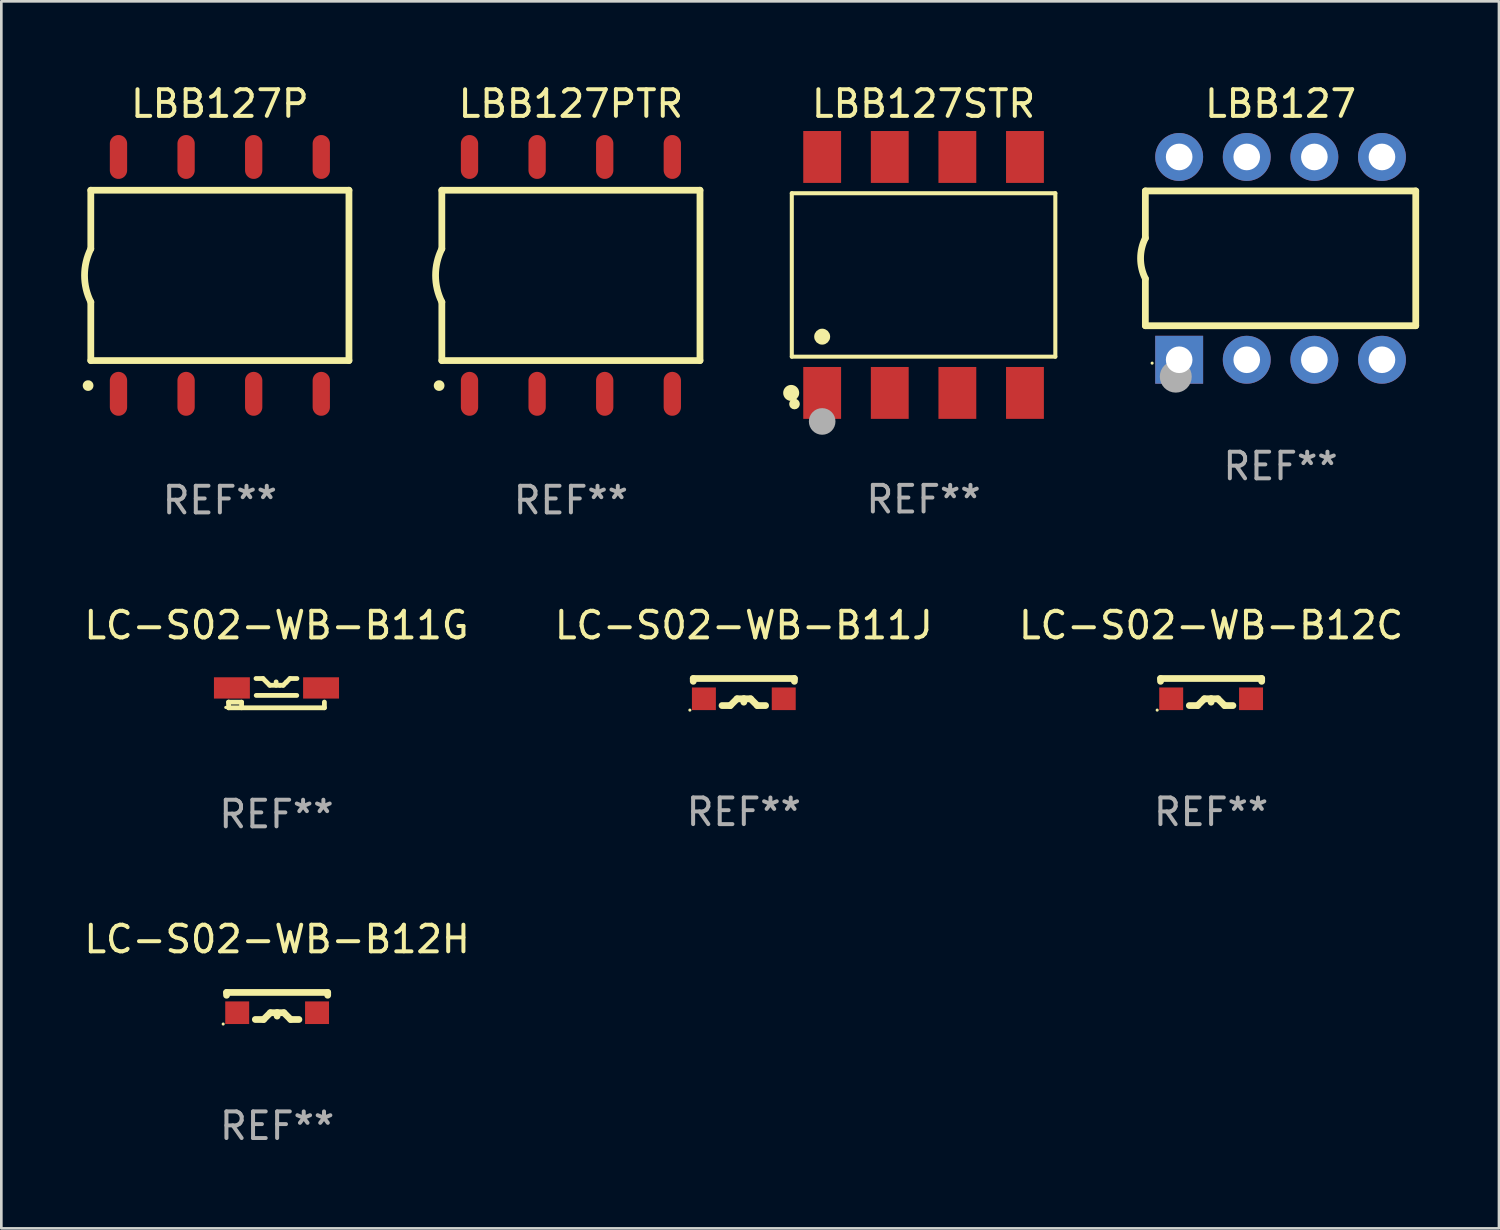
<source format=kicad_pcb>
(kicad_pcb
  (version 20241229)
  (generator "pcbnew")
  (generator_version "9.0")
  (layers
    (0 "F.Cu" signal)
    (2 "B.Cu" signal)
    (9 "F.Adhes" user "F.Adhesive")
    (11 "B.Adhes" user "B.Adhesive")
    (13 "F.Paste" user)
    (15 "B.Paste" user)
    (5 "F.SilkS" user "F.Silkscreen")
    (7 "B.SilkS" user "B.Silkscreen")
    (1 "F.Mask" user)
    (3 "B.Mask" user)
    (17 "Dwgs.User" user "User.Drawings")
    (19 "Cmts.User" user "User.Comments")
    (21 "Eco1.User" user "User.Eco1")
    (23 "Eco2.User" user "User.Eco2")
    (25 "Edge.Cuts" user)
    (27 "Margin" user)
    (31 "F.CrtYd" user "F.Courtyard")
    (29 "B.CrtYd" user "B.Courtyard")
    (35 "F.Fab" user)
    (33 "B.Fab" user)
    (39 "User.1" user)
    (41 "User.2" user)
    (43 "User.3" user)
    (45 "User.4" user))
  (footprint "LBB127PTR"
    (layer "F.Cu")
    (at 18.402 7.298)
    (property "Reference" "LBB127PTR" (at 0 -6.45 0) (layer "F.SilkS") (effects (font (size 1 1) (thickness 0.15))))
    (attr through_hole)
    (fp_line (start -4.85 -3.2) (end -4.85 -1) (stroke (width 0.254) (type solid)) (layer "F.SilkS"))
    (fp_line (start -4.85 -3.2) (end 4.85 -3.2) (stroke (width 0.254) (type solid)) (layer "F.SilkS"))
    (fp_line (start -4.85 3.2) (end -4.85 1) (stroke (width 0.254) (type solid)) (layer "F.SilkS"))
    (fp_line (start 4.85 -3.2) (end 4.85 3.2) (stroke (width 0.254) (type solid)) (layer "F.SilkS"))
    (fp_line (start 4.85 3.2) (end -4.85 3.2) (stroke (width 0.254) (type solid)) (layer "F.SilkS"))
    (fp_arc (start -4.95301 4.140208) (mid -4.95174 4.140204) (end -4.95047 4.140208) (stroke (width 0.4) (type solid)) (layer "F.SilkS"))
    (fp_arc (start -4.84887 1.000762) (mid -5.085418 0.000516) (end -4.850013 -1) (stroke (width 0.254001) (type solid)) (layer "F.SilkS"))
    (fp_text user "REF**" (at 0 8.45 0) (layer "F.Fab") (effects (font (size 1 1) (thickness 0.15))))
    (pad "1" smd oval (at -3.81 4.45) (size 0.65 1.65) (layers "F.Cu" "F.Mask" "F.Paste"))
    (pad "2" smd oval (at -1.27 4.45) (size 0.65 1.65) (layers "F.Cu" "F.Mask" "F.Paste"))
    (pad "3" smd oval (at 1.27 4.45) (size 0.65 1.65) (layers "F.Cu" "F.Mask" "F.Paste"))
    (pad "4" smd oval (at 3.81 4.45) (size 0.65 1.65) (layers "F.Cu" "F.Mask" "F.Paste"))
    (pad "5" smd oval (at 3.81 -4.45 180) (size 0.65 1.65) (layers "F.Cu" "F.Mask" "F.Paste"))
    (pad "6" smd oval (at 1.27 -4.45 180) (size 0.65 1.65) (layers "F.Cu" "F.Mask" "F.Paste"))
    (pad "7" smd oval (at -1.27 -4.45 180) (size 0.65 1.65) (layers "F.Cu" "F.Mask" "F.Paste"))
    (pad "8" smd oval (at -3.81 -4.45 180) (size 0.65 1.65) (layers "F.Cu" "F.Mask" "F.Paste")))
  (footprint "LC-S02-WB-B11J"
    (layer "F.Cu")
    (at 24.899 22.953)
    (property "Reference" "LC-S02-WB-B11J" (at 0 -2.508 0) (layer "F.SilkS") (effects (font (size 1 1) (thickness 0.15))))
    (attr through_hole)
    (fp_line (start -1.9 -0.508) (end -1.9 -0.402) (stroke (width 0.254) (type solid)) (layer "F.SilkS"))
    (fp_line (start -1.9 -0.508) (end 1.9 -0.508) (stroke (width 0.254) (type solid)) (layer "F.SilkS"))
    (fp_line (start -0.819 0.508) (end -0.508 0.508) (stroke (width 0.254) (type solid)) (layer "F.SilkS"))
    (fp_line (start -0.508 0.508) (end -0.254 0.254) (stroke (width 0.254) (type solid)) (layer "F.SilkS"))
    (fp_line (start -0.254 0.254) (end 0.254 0.254) (stroke (width 0.254) (type solid)) (layer "F.SilkS"))
    (fp_line (start 0 0.255) (end 0 0.381) (stroke (width 0.254) (type solid)) (layer "F.SilkS"))
    (fp_line (start 0.001 0.254) (end 0 0.255) (stroke (width 0.254) (type solid)) (layer "F.SilkS"))
    (fp_line (start 0.254 0.254) (end 0.508 0.508) (stroke (width 0.254) (type solid)) (layer "F.SilkS"))
    (fp_line (start 0.508 0.508) (end 0.819 0.508) (stroke (width 0.254) (type solid)) (layer "F.SilkS"))
    (fp_line (start 1.9 -0.508) (end 1.9 -0.402) (stroke (width 0.254) (type solid)) (layer "F.SilkS"))
    (fp_circle (center -2.027 0.679) (end -1.997 0.679) (stroke (width 0.06) (type solid)) (fill no) (layer "F.SilkS"))
    (fp_text user "REF**" (at 0 4.508 0) (layer "F.Fab") (effects (font (size 1 1) (thickness 0.15))))
    (pad "1" smd rect (at -1.5 0.254 180) (size 0.9 0.85) (layers "F.Cu" "F.Mask" "F.Paste"))
    (pad "2" smd rect (at 1.5 0.254) (size 0.9 0.85) (layers "F.Cu" "F.Mask" "F.Paste")))
  (footprint "LC-S02-WB-B12H"
    (layer "F.Cu")
    (at 7.363 34.749)
    (property "Reference" "LC-S02-WB-B12H" (at 0 -2.508 0) (layer "F.SilkS") (effects (font (size 1 1) (thickness 0.15))))
    (attr through_hole)
    (fp_line (start -1.9 -0.508) (end -1.9 -0.402) (stroke (width 0.254) (type solid)) (layer "F.SilkS"))
    (fp_line (start -1.9 -0.508) (end 1.9 -0.508) (stroke (width 0.254) (type solid)) (layer "F.SilkS"))
    (fp_line (start -0.819 0.508) (end -0.508 0.508) (stroke (width 0.254) (type solid)) (layer "F.SilkS"))
    (fp_line (start -0.508 0.508) (end -0.254 0.254) (stroke (width 0.254) (type solid)) (layer "F.SilkS"))
    (fp_line (start -0.254 0.254) (end 0.254 0.254) (stroke (width 0.254) (type solid)) (layer "F.SilkS"))
    (fp_line (start 0 0.255) (end 0 0.381) (stroke (width 0.254) (type solid)) (layer "F.SilkS"))
    (fp_line (start 0.001 0.254) (end 0 0.255) (stroke (width 0.254) (type solid)) (layer "F.SilkS"))
    (fp_line (start 0.254 0.254) (end 0.508 0.508) (stroke (width 0.254) (type solid)) (layer "F.SilkS"))
    (fp_line (start 0.508 0.508) (end 0.819 0.508) (stroke (width 0.254) (type solid)) (layer "F.SilkS"))
    (fp_line (start 1.9 -0.508) (end 1.9 -0.402) (stroke (width 0.254) (type solid)) (layer "F.SilkS"))
    (fp_circle (center -2.027 0.679) (end -1.997 0.679) (stroke (width 0.06) (type solid)) (fill no) (layer "F.SilkS"))
    (fp_text user "REF**" (at 0 4.508 0) (layer "F.Fab") (effects (font (size 1 1) (thickness 0.15))))
    (pad "1" smd rect (at -1.5 0.254 180) (size 0.9 0.85) (layers "F.Cu" "F.Mask" "F.Paste"))
    (pad "2" smd rect (at 1.5 0.254) (size 0.9 0.85) (layers "F.Cu" "F.Mask" "F.Paste")))
  (footprint "LBB127STR"
    (layer "F.Cu")
    (at 31.653 7.281)
    (property "Reference" "LBB127STR" (at 0 -6.433 0) (layer "F.SilkS") (effects (font (size 1 1) (thickness 0.15))))
    (attr through_hole)
    (fp_line (start -4.951 -3.071) (end 4.951 -3.071) (stroke (width 0.152) (type solid)) (layer "F.SilkS"))
    (fp_line (start -4.951 3.071) (end -4.951 -3.071) (stroke (width 0.152) (type solid)) (layer "F.SilkS"))
    (fp_line (start 4.951 -3.071) (end 4.951 3.071) (stroke (width 0.152) (type solid)) (layer "F.SilkS"))
    (fp_line (start 4.951 3.071) (end -4.951 3.071) (stroke (width 0.152) (type solid)) (layer "F.SilkS"))
    (fp_circle (center -4.974 4.433) (end -4.823 4.433) (stroke (width 0.3) (type solid)) (fill no) (layer "F.SilkS"))
    (fp_circle (center -4.85 4.85) (end -4.75 4.85) (stroke (width 0.2) (type solid)) (fill no) (layer "F.SilkS"))
    (fp_circle (center -3.81 2.319) (end -3.66 2.319) (stroke (width 0.3) (type solid)) (fill no) (layer "F.SilkS"))
    (fp_circle (center -3.81 5.505) (end -3.56 5.505) (stroke (width 0.5) (type solid)) (fill no) (layer "F.Fab"))
    (fp_text user "REF**" (at 0 8.433 0) (layer "F.Fab") (effects (font (size 1 1) (thickness 0.15))))
    (pad "1" smd rect (at -3.81 4.433) (size 1.422 1.95) (layers "F.Cu" "F.Mask" "F.Paste"))
    (pad "2" smd rect (at -1.27 4.433) (size 1.422 1.95) (layers "F.Cu" "F.Mask" "F.Paste"))
    (pad "3" smd rect (at 1.27 4.433) (size 1.422 1.95) (layers "F.Cu" "F.Mask" "F.Paste"))
    (pad "4" smd rect (at 3.81 4.433) (size 1.422 1.95) (layers "F.Cu" "F.Mask" "F.Paste"))
    (pad "5" smd rect (at 3.81 -4.433) (size 1.422 1.95) (layers "F.Cu" "F.Mask" "F.Paste"))
    (pad "6" smd rect (at 1.27 -4.433) (size 1.422 1.95) (layers "F.Cu" "F.Mask" "F.Paste"))
    (pad "7" smd rect (at -1.27 -4.433) (size 1.422 1.95) (layers "F.Cu" "F.Mask" "F.Paste"))
    (pad "8" smd rect (at -3.81 -4.433) (size 1.422 1.95) (layers "F.Cu" "F.Mask" "F.Paste")))
  (footprint "LBB127P"
    (layer "F.Cu")
    (at 5.212 7.298)
    (property "Reference" "LBB127P" (at 0 -6.45 0) (layer "F.SilkS") (effects (font (size 1 1) (thickness 0.15))))
    (attr through_hole)
    (fp_line (start -4.85 -3.2) (end -4.85 -1) (stroke (width 0.254) (type solid)) (layer "F.SilkS"))
    (fp_line (start -4.85 -3.2) (end 4.85 -3.2) (stroke (width 0.254) (type solid)) (layer "F.SilkS"))
    (fp_line (start -4.85 3.2) (end -4.85 1) (stroke (width 0.254) (type solid)) (layer "F.SilkS"))
    (fp_line (start 4.85 -3.2) (end 4.85 3.2) (stroke (width 0.254) (type solid)) (layer "F.SilkS"))
    (fp_line (start 4.85 3.2) (end -4.85 3.2) (stroke (width 0.254) (type solid)) (layer "F.SilkS"))
    (fp_arc (start -4.95301 4.140208) (mid -4.95174 4.140204) (end -4.95047 4.140208) (stroke (width 0.4) (type solid)) (layer "F.SilkS"))
    (fp_arc (start -4.84887 1.000762) (mid -5.085418 0.000516) (end -4.850013 -1) (stroke (width 0.254001) (type solid)) (layer "F.SilkS"))
    (fp_text user "REF**" (at 0 8.45 0) (layer "F.Fab") (effects (font (size 1 1) (thickness 0.15))))
    (pad "1" smd oval (at -3.81 4.45) (size 0.65 1.65) (layers "F.Cu" "F.Mask" "F.Paste"))
    (pad "2" smd oval (at -1.27 4.45) (size 0.65 1.65) (layers "F.Cu" "F.Mask" "F.Paste"))
    (pad "3" smd oval (at 1.27 4.45) (size 0.65 1.65) (layers "F.Cu" "F.Mask" "F.Paste"))
    (pad "4" smd oval (at 3.81 4.45) (size 0.65 1.65) (layers "F.Cu" "F.Mask" "F.Paste"))
    (pad "5" smd oval (at 3.81 -4.45 180) (size 0.65 1.65) (layers "F.Cu" "F.Mask" "F.Paste"))
    (pad "6" smd oval (at 1.27 -4.45 180) (size 0.65 1.65) (layers "F.Cu" "F.Mask" "F.Paste"))
    (pad "7" smd oval (at -1.27 -4.45 180) (size 0.65 1.65) (layers "F.Cu" "F.Mask" "F.Paste"))
    (pad "8" smd oval (at -3.81 -4.45 180) (size 0.65 1.65) (layers "F.Cu" "F.Mask" "F.Paste")))
  (footprint "LBB127"
    (layer "F.Cu")
    (at 45.067 6.658)
    (property "Reference" "LBB127" (at 0 -5.81 0) (layer "F.SilkS") (effects (font (size 1 1) (thickness 0.15))))
    (attr through_hole)
    (fp_line (start -5.08 -2.534) (end 5.08 -2.534) (stroke (width 0.254) (type solid)) (layer "F.SilkS"))
    (fp_line (start -5.08 -0.762) (end -5.08 -2.534) (stroke (width 0.254) (type solid)) (layer "F.SilkS"))
    (fp_line (start -5.08 2.531) (end -5.08 0.762) (stroke (width 0.254) (type solid)) (layer "F.SilkS"))
    (fp_line (start -5.08 2.531) (end 5.08 2.531) (stroke (width 0.254) (type solid)) (layer "F.SilkS"))
    (fp_line (start 5.08 2.531) (end 5.08 -2.534) (stroke (width 0.254) (type solid)) (layer "F.SilkS"))
    (fp_arc (start -5.08001 0.762001) (mid -5.259894 0) (end -5.08001 -0.762002) (stroke (width 0.254001) (type solid)) (layer "F.SilkS"))
    (fp_circle (center -4.826 3.937) (end -4.796 3.937) (stroke (width 0.06) (type solid)) (fill no) (layer "F.SilkS"))
    (fp_circle (center -3.937 4.445) (end -3.637 4.445) (stroke (width 0.6) (type solid)) (fill no) (layer "F.Fab"))
    (fp_text user "REF**" (at 0 7.81 0) (layer "F.Fab") (effects (font (size 1 1) (thickness 0.15))))
    (pad "1" thru_hole rect (at -3.81 3.81) (size 1.8 1.8) (drill 1) (layers "*.Cu" "*.Mask"))
    (pad "2" thru_hole circle (at -1.27 3.81) (size 1.8 1.8) (drill 1) (layers "*.Cu" "*.Mask"))
    (pad "3" thru_hole circle (at 1.27 3.81) (size 1.8 1.8) (drill 1) (layers "*.Cu" "*.Mask"))
    (pad "4" thru_hole circle (at 3.81 3.81) (size 1.8 1.8) (drill 1) (layers "*.Cu" "*.Mask"))
    (pad "5" thru_hole circle (at 3.81 -3.81) (size 1.8 1.8) (drill 1) (layers "*.Cu" "*.Mask"))
    (pad "6" thru_hole circle (at 1.27 -3.81) (size 1.8 1.8) (drill 1) (layers "*.Cu" "*.Mask"))
    (pad "7" thru_hole circle (at -1.27 -3.81) (size 1.8 1.8) (drill 1) (layers "*.Cu" "*.Mask"))
    (pad "8" thru_hole circle (at -3.81 -3.81) (size 1.8 1.8) (drill 1) (layers "*.Cu" "*.Mask")))
  (footprint "LC-S02-WB-B11G"
    (layer "F.Cu")
    (at 7.339 22.995)
    (property "Reference" "LC-S02-WB-B11G" (at 0 -2.55 0) (layer "F.SilkS") (effects (font (size 1 1) (thickness 0.15))))
    (attr through_hole)
    (fp_line (start -1.8 0.55) (end -1.8 0.335) (stroke (width 0.18) (type solid)) (layer "F.SilkS"))
    (fp_line (start -1.8 0.55) (end 1.8 0.55) (stroke (width 0.18) (type solid)) (layer "F.SilkS"))
    (fp_line (start -1.312 0.339) (end -1.8 0.339) (stroke (width 0.18) (type solid)) (layer "F.SilkS"))
    (fp_line (start -1.312 0.55) (end -1.312 0.339) (stroke (width 0.18) (type solid)) (layer "F.SilkS"))
    (fp_line (start -0.77 -0.55) (end -0.508 -0.55) (stroke (width 0.18) (type solid)) (layer "F.SilkS"))
    (fp_line (start -0.762 0.085) (end 0.762 0.085) (stroke (width 0.18) (type solid)) (layer "F.SilkS"))
    (fp_line (start -0.508 -0.55) (end -0.254 -0.296) (stroke (width 0.18) (type solid)) (layer "F.SilkS"))
    (fp_line (start -0.254 -0.296) (end 0.127 -0.296) (stroke (width 0.18) (type solid)) (layer "F.SilkS"))
    (fp_line (start -0.013 -0.296) (end -0.013 -0.423) (stroke (width 0.18) (type solid)) (layer "F.SilkS"))
    (fp_line (start 0.127 -0.296) (end 0.254 -0.296) (stroke (width 0.18) (type solid)) (layer "F.SilkS"))
    (fp_line (start 0.254 -0.296) (end 0.368 -0.41) (stroke (width 0.18) (type solid)) (layer "F.SilkS"))
    (fp_line (start 0.368 -0.41) (end 0.508 -0.55) (stroke (width 0.18) (type solid)) (layer "F.SilkS"))
    (fp_line (start 0.508 -0.55) (end 0.769 -0.55) (stroke (width 0.18) (type solid)) (layer "F.SilkS"))
    (fp_line (start 1.8 0.55) (end 1.8 0.335) (stroke (width 0.18) (type solid)) (layer "F.SilkS"))
    (fp_circle (center -1.906 0.537) (end -1.876 0.537) (stroke (width 0.06) (type solid)) (fill no) (layer "F.SilkS"))
    (fp_text user "REF**" (at 0 4.55 0) (layer "F.Fab") (effects (font (size 1 1) (thickness 0.15))))
    (pad "1" smd rect (at -1.675 -0.196) (size 1.35 0.8) (layers "F.Cu" "F.Mask" "F.Paste"))
    (pad "2" smd rect (at 1.675 -0.196) (size 1.35 0.8) (layers "F.Cu" "F.Mask" "F.Paste")))
  (footprint "LC-S02-WB-B12C"
    (layer "F.Cu")
    (at 42.458 22.953)
    (property "Reference" "LC-S02-WB-B12C" (at 0 -2.508 0) (layer "F.SilkS") (effects (font (size 1 1) (thickness 0.15))))
    (attr through_hole)
    (fp_line (start -1.9 -0.508) (end -1.9 -0.402) (stroke (width 0.254) (type solid)) (layer "F.SilkS"))
    (fp_line (start -1.9 -0.508) (end 1.9 -0.508) (stroke (width 0.254) (type solid)) (layer "F.SilkS"))
    (fp_line (start -0.819 0.508) (end -0.508 0.508) (stroke (width 0.254) (type solid)) (layer "F.SilkS"))
    (fp_line (start -0.508 0.508) (end -0.254 0.254) (stroke (width 0.254) (type solid)) (layer "F.SilkS"))
    (fp_line (start -0.254 0.254) (end 0.254 0.254) (stroke (width 0.254) (type solid)) (layer "F.SilkS"))
    (fp_line (start 0 0.255) (end 0 0.381) (stroke (width 0.254) (type solid)) (layer "F.SilkS"))
    (fp_line (start 0.001 0.254) (end 0 0.255) (stroke (width 0.254) (type solid)) (layer "F.SilkS"))
    (fp_line (start 0.254 0.254) (end 0.508 0.508) (stroke (width 0.254) (type solid)) (layer "F.SilkS"))
    (fp_line (start 0.508 0.508) (end 0.819 0.508) (stroke (width 0.254) (type solid)) (layer "F.SilkS"))
    (fp_line (start 1.9 -0.508) (end 1.9 -0.402) (stroke (width 0.254) (type solid)) (layer "F.SilkS"))
    (fp_circle (center -2.027 0.679) (end -1.997 0.679) (stroke (width 0.06) (type solid)) (fill no) (layer "F.SilkS"))
    (fp_text user "REF**" (at 0 4.508 0) (layer "F.Fab") (effects (font (size 1 1) (thickness 0.15))))
    (pad "1" smd rect (at -1.5 0.254 180) (size 0.9 0.85) (layers "F.Cu" "F.Mask" "F.Paste"))
    (pad "2" smd rect (at 1.5 0.254) (size 0.9 0.85) (layers "F.Cu" "F.Mask" "F.Paste")))
  (gr_rect
    (start -3 -3)
    (end 53.274 43.106)
    (stroke (width 0.1) (type default))
    (fill no)
    (layer "Edge.Cuts")))
</source>
